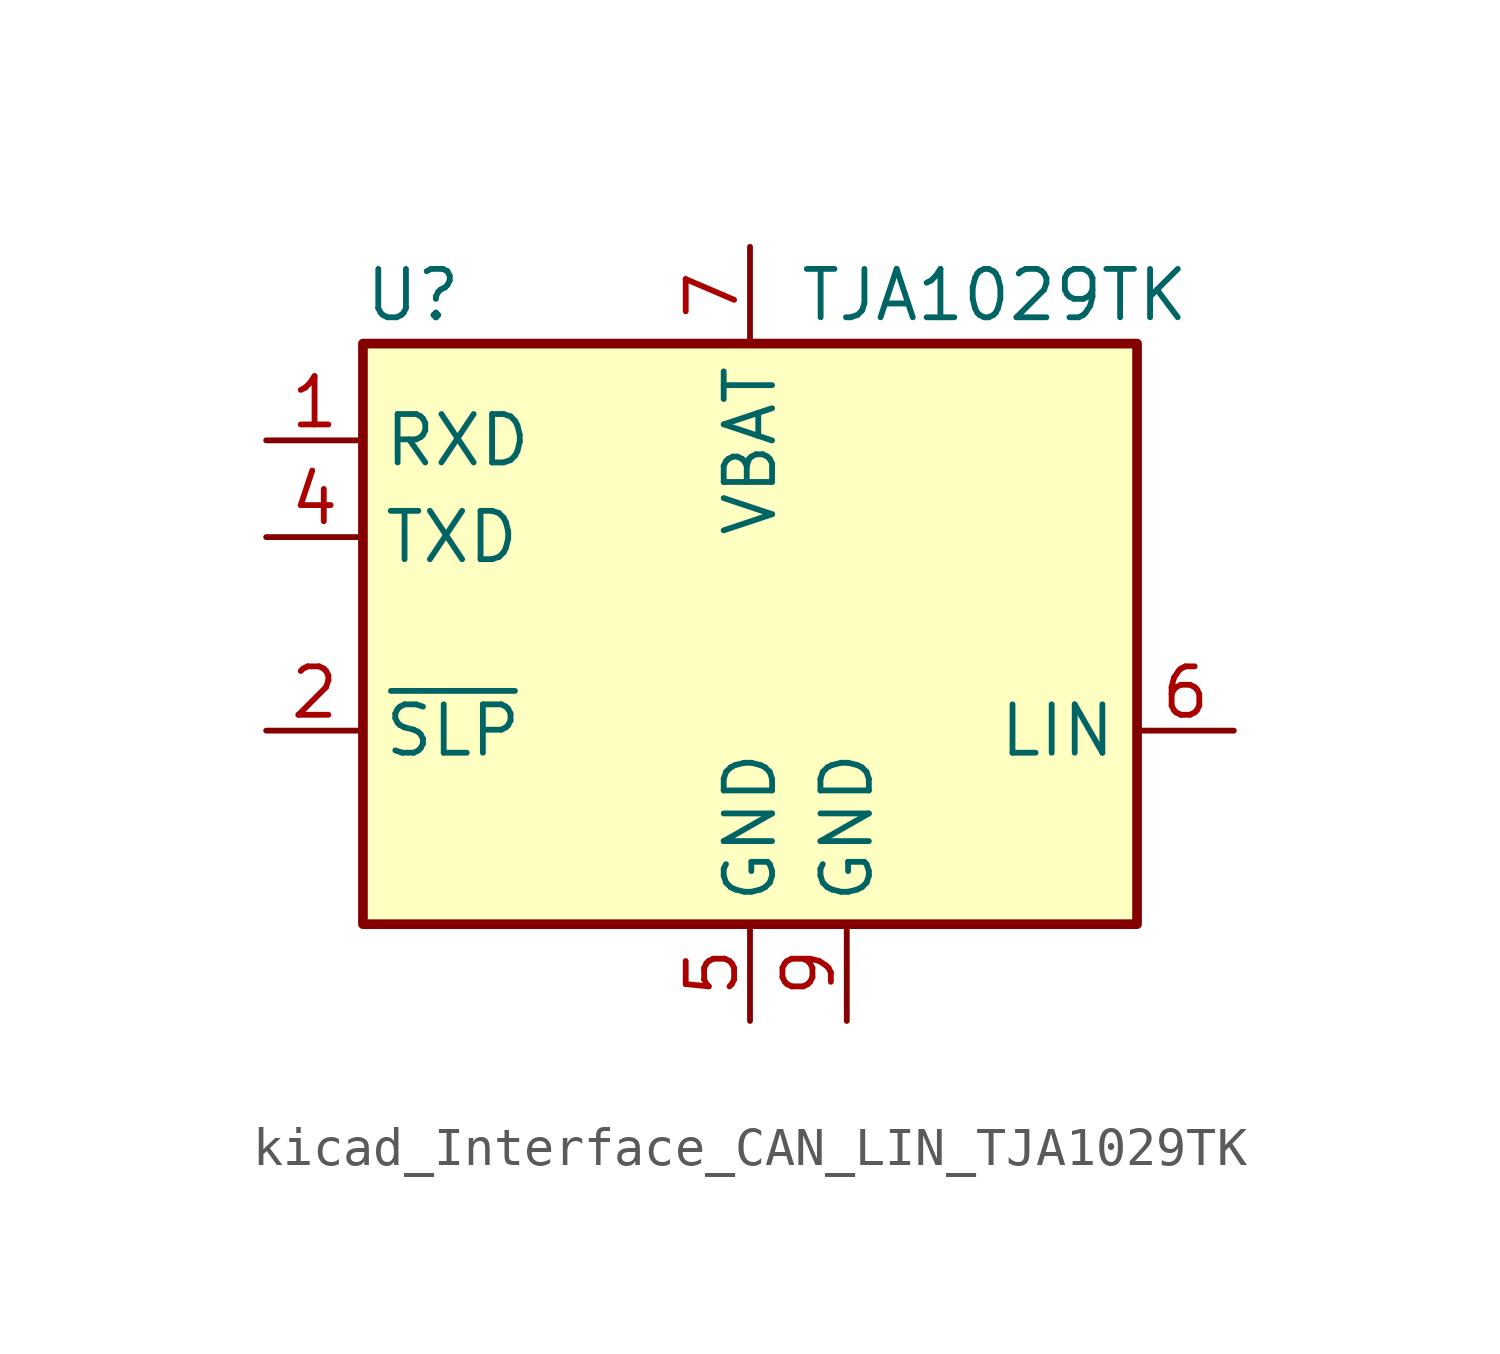
<source format=kicad_sym>
(kicad_symbol_lib
  (version 20220914)
  (generator kicad_symbol_editor)
  (symbol "kicad_Interface_CAN_LIN_TJA1029TK"
    (property "Reference" "U"
      (at -10.16 8.89 0)
      (effects (font (size 1.27 1.27)) (justify left)))
    (property "Value" "TJA1029TK"
      (at 1.27 8.89 0)
      (effects (font (size 1.27 1.27)) (justify left)))
    (symbol "kicad_Interface_CAN_LIN_TJA1029TK_0_1"
      (rectangle (start -10.16 7.62) (end 10.16 -7.62) (stroke (width 0.254) (type default)) (fill (type background))))
    (symbol "kicad_Interface_CAN_LIN_TJA1029TK_1_1"
      (pin open_collector line (at -12.7 5.08 0) (length 2.54) (name "RXD" (effects (font (size 1.27 1.27)))) (number "1" (effects (font (size 1.27 1.27)))))
      (pin input line (at -12.7 -2.54 0) (length 2.54) (name "~{SLP}" (effects (font (size 1.27 1.27)))) (number "2" (effects (font (size 1.27 1.27)))))
      (pin no_connect line (at -10.16 -5.08 0) (length 2.54) hide (name "NC" (effects (font (size 1.27 1.27)))) (number "3" (effects (font (size 1.27 1.27)))))
      (pin input line (at -12.7 2.54 0) (length 2.54) (name "TXD" (effects (font (size 1.27 1.27)))) (number "4" (effects (font (size 1.27 1.27)))))
      (pin power_in line (at 0 -10.16 90) (length 2.54) (name "GND" (effects (font (size 1.27 1.27)))) (number "5" (effects (font (size 1.27 1.27)))))
      (pin bidirectional line (at 12.7 -2.54 180) (length 2.54) (name "LIN" (effects (font (size 1.27 1.27)))) (number "6" (effects (font (size 1.27 1.27)))))
      (pin power_in line (at 0 10.16 270) (length 2.54) (name "VBAT" (effects (font (size 1.27 1.27)))) (number "7" (effects (font (size 1.27 1.27)))))
      (pin no_connect line (at 10.16 2.54 180) (length 2.54) hide (name "NC" (effects (font (size 1.27 1.27)))) (number "8" (effects (font (size 1.27 1.27)))))
      (pin power_in line (at 2.54 -10.16 90) (length 2.54) (name "GND" (effects (font (size 1.27 1.27)))) (number "9" (effects (font (size 1.27 1.27))))))))
</source>
